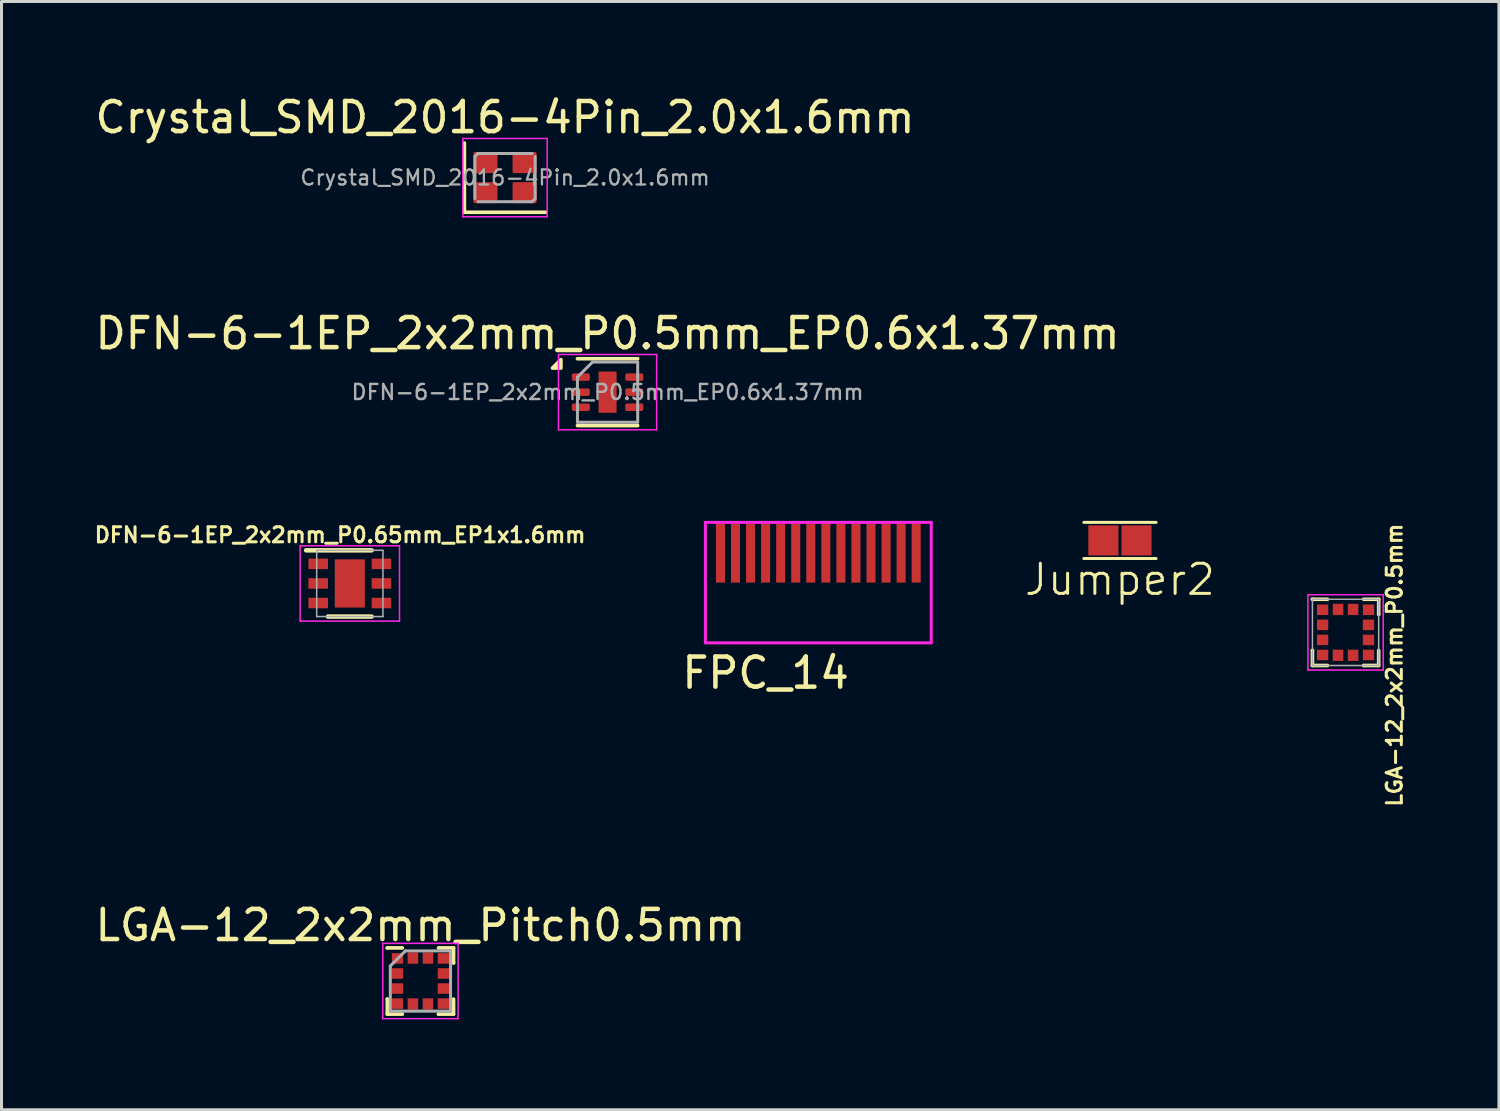
<source format=kicad_pcb>
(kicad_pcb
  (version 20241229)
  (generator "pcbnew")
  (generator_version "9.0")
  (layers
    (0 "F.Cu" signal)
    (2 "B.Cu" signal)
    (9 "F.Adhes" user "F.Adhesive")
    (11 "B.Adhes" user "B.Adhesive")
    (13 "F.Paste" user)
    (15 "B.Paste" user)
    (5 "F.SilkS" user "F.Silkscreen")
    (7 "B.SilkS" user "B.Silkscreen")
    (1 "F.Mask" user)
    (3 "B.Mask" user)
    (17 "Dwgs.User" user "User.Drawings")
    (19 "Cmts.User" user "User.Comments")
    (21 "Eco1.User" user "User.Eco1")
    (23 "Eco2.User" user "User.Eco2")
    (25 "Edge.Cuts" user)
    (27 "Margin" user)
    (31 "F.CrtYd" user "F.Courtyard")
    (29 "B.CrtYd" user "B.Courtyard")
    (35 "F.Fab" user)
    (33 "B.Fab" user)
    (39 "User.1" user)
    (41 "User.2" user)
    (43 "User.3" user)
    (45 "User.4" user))
  (footprint "Jumper2"
    (layer "F.Cu")
    (at 34.139 14.896)
    (property "Reference" "Jumper2" (at 0 1.3 0) (layer "F.SilkS") (effects (font (size 1 1) (thickness 0.1))))
    (attr through_hole)
    (fp_line (start -1.2 -0.6) (end 1.2 -0.6) (stroke (width 0.1) (type solid)) (layer "F.SilkS"))
    (fp_line (start -1.2 0.6) (end 1.2 0.6) (stroke (width 0.1) (type solid)) (layer "F.SilkS"))
    (pad "1" smd rect (at -0.55 0) (size 1 1) (layers "F.Cu" "F.Mask" "F.Paste"))
    (pad "2" smd rect (at 0.55 0) (size 1 1) (layers "F.Cu" "F.Mask" "F.Paste")))
  (footprint "LGA-12_2x2mm_Pitch0.5mm"
    (layer "F.Cu")
    (at 10.911 29.526)
    (property "Reference" "LGA-12_2x2mm_Pitch0.5mm" (at 0 -1.85 0) (layer "F.SilkS") (effects (font (size 1 1) (thickness 0.15))))
    (attr smd)
    (fp_line (start -1.1 -1.1) (end -1.1 -1.1) (stroke (width 0.12) (type solid)) (layer "F.SilkS"))
    (fp_line (start -1.1 0.6) (end -1.1 0.6) (stroke (width 0.12) (type solid)) (layer "F.SilkS"))
    (fp_line (start -1.1 1.1) (end -1.1 0.6) (stroke (width 0.12) (type solid)) (layer "F.SilkS"))
    (fp_line (start -0.6 -1.1) (end -1.1 -1.1) (stroke (width 0.12) (type solid)) (layer "F.SilkS"))
    (fp_line (start -0.6 1.1) (end -1.1 1.1) (stroke (width 0.12) (type solid)) (layer "F.SilkS"))
    (fp_line (start 0.6 -1.1) (end 1.1 -1.1) (stroke (width 0.12) (type solid)) (layer "F.SilkS"))
    (fp_line (start 0.6 1.1) (end 0.6 1.1) (stroke (width 0.12) (type solid)) (layer "F.SilkS"))
    (fp_line (start 1.1 -1.1) (end 1.1 -0.6) (stroke (width 0.12) (type solid)) (layer "F.SilkS"))
    (fp_line (start 1.1 -0.6) (end 1.1 -0.6) (stroke (width 0.12) (type solid)) (layer "F.SilkS"))
    (fp_line (start 1.1 0.6) (end 1.1 1.1) (stroke (width 0.12) (type solid)) (layer "F.SilkS"))
    (fp_line (start 1.1 1.1) (end 0.6 1.1) (stroke (width 0.12) (type solid)) (layer "F.SilkS"))
    (fp_line (start -1.25 -1.25) (end 1.25 -1.25) (stroke (width 0.05) (type solid)) (layer "F.CrtYd"))
    (fp_line (start -1.25 1.25) (end -1.25 -1.25) (stroke (width 0.05) (type solid)) (layer "F.CrtYd"))
    (fp_line (start 1.25 -1.25) (end 1.25 1.25) (stroke (width 0.05) (type solid)) (layer "F.CrtYd"))
    (fp_line (start 1.25 1.25) (end -1.25 1.25) (stroke (width 0.05) (type solid)) (layer "F.CrtYd"))
    (fp_line (start -1 -0.5) (end -0.5 -1) (stroke (width 0.1) (type solid)) (layer "F.Fab"))
    (fp_line (start -1 1) (end -1 -0.5) (stroke (width 0.1) (type solid)) (layer "F.Fab"))
    (fp_line (start -0.5 -1) (end 1 -1) (stroke (width 0.1) (type solid)) (layer "F.Fab"))
    (fp_line (start 1 -1) (end 1 1) (stroke (width 0.1) (type solid)) (layer "F.Fab"))
    (fp_line (start 1 1) (end -1 1) (stroke (width 0.1) (type solid)) (layer "F.Fab"))
    (pad "1" smd rect (at -0.762 -0.75) (size 0.375 0.35) (layers "F.Cu" "F.Mask" "F.Paste"))
    (pad "2" smd rect (at -0.762 -0.25) (size 0.375 0.35) (layers "F.Cu" "F.Mask" "F.Paste"))
    (pad "3" smd rect (at -0.762 0.25) (size 0.375 0.35) (layers "F.Cu" "F.Mask" "F.Paste"))
    (pad "4" smd rect (at -0.762 0.75) (size 0.375 0.35) (layers "F.Cu" "F.Mask" "F.Paste"))
    (pad "5" smd rect (at -0.25 0.762 90) (size 0.375 0.35) (layers "F.Cu" "F.Mask" "F.Paste"))
    (pad "6" smd rect (at 0.25 0.762 90) (size 0.375 0.35) (layers "F.Cu" "F.Mask" "F.Paste"))
    (pad "7" smd rect (at 0.762 0.75) (size 0.375 0.35) (layers "F.Cu" "F.Mask" "F.Paste"))
    (pad "8" smd rect (at 0.762 0.25) (size 0.375 0.35) (layers "F.Cu" "F.Mask" "F.Paste"))
    (pad "9" smd rect (at 0.762 -0.25) (size 0.375 0.35) (layers "F.Cu" "F.Mask" "F.Paste"))
    (pad "10" smd rect (at 0.762 -0.75) (size 0.375 0.35) (layers "F.Cu" "F.Mask" "F.Paste"))
    (pad "11" smd rect (at 0.25 -0.762 90) (size 0.375 0.35) (layers "F.Cu" "F.Mask" "F.Paste"))
    (pad "12" smd rect (at -0.25 -0.762 90) (size 0.375 0.35) (layers "F.Cu" "F.Mask" "F.Paste")))
  (footprint "DFN-6-1EP_2x2mm_P0.65mm_EP1x1.6mm"
    (layer "F.Cu")
    (at 8.566 16.324)
    (property "Reference" "DFN-6-1EP_2x2mm_P0.65mm_EP1x1.6mm" (at -0.323 -1.609 0) (layer "F.SilkS") (effects (font (size 0.5 0.5) (thickness 0.1))))
    (attr smd)
    (fp_line (start -1.45 -1.1) (end 0.725 -1.1) (stroke (width 0.15) (type solid)) (layer "F.SilkS"))
    (fp_line (start -0.725 1.1) (end 0.725 1.1) (stroke (width 0.15) (type solid)) (layer "F.SilkS"))
    (fp_line (start -1.65 -1.25) (end -1.65 1.25) (stroke (width 0.05) (type solid)) (layer "F.CrtYd"))
    (fp_line (start -1.65 -1.25) (end 1.65 -1.25) (stroke (width 0.05) (type solid)) (layer "F.CrtYd"))
    (fp_line (start -1.65 1.25) (end 1.65 1.25) (stroke (width 0.05) (type solid)) (layer "F.CrtYd"))
    (fp_line (start 1.65 -1.25) (end 1.65 1.25) (stroke (width 0.05) (type solid)) (layer "F.CrtYd"))
    (fp_line (start -1.1 -1.1) (end -1.1 1.1) (stroke (width 0.05) (type solid)) (layer "F.Fab"))
    (fp_line (start -1.1 1.1) (end 1.1 1.1) (stroke (width 0.05) (type solid)) (layer "F.Fab"))
    (fp_line (start 1.1 -1.1) (end -1.1 -1.1) (stroke (width 0.05) (type solid)) (layer "F.Fab"))
    (fp_line (start 1.1 1.1) (end 1.1 -1.1) (stroke (width 0.05) (type solid)) (layer "F.Fab"))
    (pad "" smd rect (at 0 -0.4) (size 0.82 0.63) (layers "F.Paste"))
    (pad "" smd rect (at 0 0.4) (size 0.82 0.63) (layers "F.Paste"))
    (pad "1" smd rect (at -1.05 -0.65) (size 0.65 0.35) (layers "F.Cu" "F.Mask" "F.Paste"))
    (pad "2" smd rect (at -1.05 0) (size 0.65 0.35) (layers "F.Cu" "F.Mask" "F.Paste"))
    (pad "3" smd rect (at -1.05 0.65) (size 0.65 0.35) (layers "F.Cu" "F.Mask" "F.Paste"))
    (pad "4" smd rect (at 1.05 0.65) (size 0.65 0.35) (layers "F.Cu" "F.Mask" "F.Paste"))
    (pad "5" smd rect (at 1.05 0) (size 0.65 0.35) (layers "F.Cu" "F.Mask" "F.Paste"))
    (pad "6" smd rect (at 1.05 -0.65) (size 0.65 0.35) (layers "F.Cu" "F.Mask" "F.Paste"))
    (pad "7" smd rect (at 0 0) (size 1 1.6) (layers "F.Cu" "F.Mask")))
  (footprint "FPC_14"
    (layer "F.Cu")
    (at 20.873 15.296)
    (property "Reference" "FPC_14" (at 1.5 4 0) (layer "F.SilkS") (effects (font (size 1 1) (thickness 0.15))))
    (attr through_hole)
    (fp_line (start -0.5 -1) (end 7 -1) (stroke (width 0.1) (type solid)) (layer "F.CrtYd"))
    (fp_line (start -0.5 3) (end -0.5 -1) (stroke (width 0.1) (type solid)) (layer "F.CrtYd"))
    (fp_line (start 7 -1) (end 7 3) (stroke (width 0.1) (type solid)) (layer "F.CrtYd"))
    (fp_line (start 7 3) (end -0.5 3) (stroke (width 0.1) (type solid)) (layer "F.CrtYd"))
    (pad "1" smd rect (at 0 0) (size 0.3 2) (layers "F.Cu" "F.Mask"))
    (pad "2" smd rect (at 0.5 0) (size 0.3 2) (layers "F.Cu" "F.Mask"))
    (pad "3" smd rect (at 1 0) (size 0.3 2) (layers "F.Cu" "F.Mask"))
    (pad "4" smd rect (at 1.5 0) (size 0.3 2) (layers "F.Cu" "F.Mask"))
    (pad "5" smd rect (at 2 0) (size 0.3 2) (layers "F.Cu" "F.Mask"))
    (pad "6" smd rect (at 2.5 0) (size 0.3 2) (layers "F.Cu" "F.Mask"))
    (pad "7" smd rect (at 3 0) (size 0.3 2) (layers "F.Cu" "F.Mask"))
    (pad "8" smd rect (at 3.5 0) (size 0.3 2) (layers "F.Cu" "F.Mask"))
    (pad "9" smd rect (at 4 0) (size 0.3 2) (layers "F.Cu" "F.Mask"))
    (pad "10" smd rect (at 4.5 0) (size 0.3 2) (layers "F.Cu" "F.Mask"))
    (pad "11" smd rect (at 5 0) (size 0.3 2) (layers "F.Cu" "F.Mask"))
    (pad "12" smd rect (at 5.5 0) (size 0.3 2) (layers "F.Cu" "F.Mask"))
    (pad "13" smd rect (at 6 0) (size 0.3 2) (layers "F.Cu" "F.Mask"))
    (pad "14" smd rect (at 6.5 0) (size 0.3 2) (layers "F.Cu" "F.Mask")))
  (footprint "Crystal_SMD_2016-4Pin_2.0x1.6mm"
    (layer "F.Cu")
    (at 13.72 2.848)
    (property "Reference" "Crystal_SMD_2016-4Pin_2.0x1.6mm" (at 0 -2 180) (layer "F.SilkS") (effects (font (size 1 1) (thickness 0.15))))
    (attr smd)
    (fp_line (start -1.35 -1.15) (end -1.35 1.15) (stroke (width 0.12) (type solid)) (layer "F.SilkS"))
    (fp_line (start -1.35 1.15) (end 1.35 1.15) (stroke (width 0.12) (type solid)) (layer "F.SilkS"))
    (fp_line (start -1.4 -1.3) (end -1.4 1.3) (stroke (width 0.05) (type solid)) (layer "F.CrtYd"))
    (fp_line (start -1.4 1.3) (end 1.4 1.3) (stroke (width 0.05) (type solid)) (layer "F.CrtYd"))
    (fp_line (start 1.4 -1.3) (end -1.4 -1.3) (stroke (width 0.05) (type solid)) (layer "F.CrtYd"))
    (fp_line (start 1.4 1.3) (end 1.4 -1.3) (stroke (width 0.05) (type solid)) (layer "F.CrtYd"))
    (fp_line (start -1 -0.7) (end -0.9 -0.8) (stroke (width 0.1) (type solid)) (layer "F.Fab"))
    (fp_line (start -1 0.7) (end -1 -0.7) (stroke (width 0.1) (type solid)) (layer "F.Fab"))
    (fp_line (start -0.9 -0.8) (end 0.9 -0.8) (stroke (width 0.1) (type solid)) (layer "F.Fab"))
    (fp_line (start 0.9 0.8) (end -0.9 0.8) (stroke (width 0.1) (type solid)) (layer "F.Fab"))
    (fp_line (start 1 -0.7) (end 1 0.7) (stroke (width 0.1) (type solid)) (layer "F.Fab"))
    (fp_line (start 1 0.7) (end 0.9 0.8) (stroke (width 0.1) (type solid)) (layer "F.Fab"))
    (fp_text user "${REFERENCE}" (at 0 0 180) (layer "F.Fab") (effects (font (size 0.5 0.5) (thickness 0.075))))
    (pad "1" smd roundrect (at -0.65 0.5) (size 0.8 0.7) (layers "F.Cu" "F.Mask" "F.Paste") (roundrect_rratio 0.075))
    (pad "2" smd roundrect (at 0.65 0.5) (size 0.8 0.7) (layers "F.Cu" "F.Mask" "F.Paste") (roundrect_rratio 0.075))
    (pad "3" smd roundrect (at 0.65 -0.5) (size 0.8 0.7) (layers "F.Cu" "F.Mask" "F.Paste") (roundrect_rratio 0.075))
    (pad "4" smd roundrect (at -0.65 -0.5) (size 0.8 0.7) (layers "F.Cu" "F.Mask" "F.Paste") (roundrect_rratio 0.075)))
  (footprint "LGA-12_2x2mm_P0.5mm"
    (layer "F.Cu")
    (at 41.631 17.949)
    (property "Reference" "LGA-12_2x2mm_P0.5mm" (at 1.625 1.087 270) (layer "F.SilkS") (effects (font (size 0.5 0.5) (thickness 0.1))))
    (attr smd)
    (fp_line (start -1.1 -1.1) (end -1.1 -1.1) (stroke (width 0.12) (type solid)) (layer "F.SilkS"))
    (fp_line (start -1.1 0.6) (end -1.1 0.6) (stroke (width 0.12) (type solid)) (layer "F.SilkS"))
    (fp_line (start -1.1 1.1) (end -1.1 0.6) (stroke (width 0.12) (type solid)) (layer "F.SilkS"))
    (fp_line (start -0.6 -1.1) (end -1.1 -1.1) (stroke (width 0.12) (type solid)) (layer "F.SilkS"))
    (fp_line (start -0.6 1.1) (end -1.1 1.1) (stroke (width 0.12) (type solid)) (layer "F.SilkS"))
    (fp_line (start 0.6 -1.1) (end 1.1 -1.1) (stroke (width 0.12) (type solid)) (layer "F.SilkS"))
    (fp_line (start 0.6 1.1) (end 0.6 1.1) (stroke (width 0.12) (type solid)) (layer "F.SilkS"))
    (fp_line (start 1.1 -1.1) (end 1.1 -0.6) (stroke (width 0.12) (type solid)) (layer "F.SilkS"))
    (fp_line (start 1.1 -0.6) (end 1.1 -0.6) (stroke (width 0.12) (type solid)) (layer "F.SilkS"))
    (fp_line (start 1.1 0.6) (end 1.1 1.1) (stroke (width 0.12) (type solid)) (layer "F.SilkS"))
    (fp_line (start 1.1 1.1) (end 0.6 1.1) (stroke (width 0.12) (type solid)) (layer "F.SilkS"))
    (fp_line (start -1.25 -1.25) (end 1.25 -1.25) (stroke (width 0.05) (type solid)) (layer "F.CrtYd"))
    (fp_line (start -1.25 1.25) (end -1.25 -1.25) (stroke (width 0.05) (type solid)) (layer "F.CrtYd"))
    (fp_line (start 1.25 -1.25) (end 1.25 1.25) (stroke (width 0.05) (type solid)) (layer "F.CrtYd"))
    (fp_line (start 1.25 1.25) (end -1.25 1.25) (stroke (width 0.05) (type solid)) (layer "F.CrtYd"))
    (fp_line (start -1.1 -1.1) (end -1.1 1.1) (stroke (width 0.05) (type solid)) (layer "F.Fab"))
    (fp_line (start -1.1 1.1) (end 1.1 1.1) (stroke (width 0.05) (type solid)) (layer "F.Fab"))
    (fp_line (start 1.1 -1.1) (end -1.1 -1.1) (stroke (width 0.05) (type solid)) (layer "F.Fab"))
    (fp_line (start 1.1 1.1) (end 1.1 -1.1) (stroke (width 0.05) (type solid)) (layer "F.Fab"))
    (pad "1" smd rect (at -0.762 -0.75) (size 0.375 0.35) (layers "F.Cu" "F.Mask" "F.Paste"))
    (pad "2" smd rect (at -0.762 -0.25) (size 0.375 0.35) (layers "F.Cu" "F.Mask" "F.Paste"))
    (pad "3" smd rect (at -0.762 0.25) (size 0.375 0.35) (layers "F.Cu" "F.Mask" "F.Paste"))
    (pad "4" smd rect (at -0.762 0.75) (size 0.375 0.35) (layers "F.Cu" "F.Mask" "F.Paste"))
    (pad "5" smd rect (at -0.25 0.762 90) (size 0.375 0.35) (layers "F.Cu" "F.Mask" "F.Paste"))
    (pad "6" smd rect (at 0.25 0.762 90) (size 0.375 0.35) (layers "F.Cu" "F.Mask" "F.Paste"))
    (pad "7" smd rect (at 0.762 0.75) (size 0.375 0.35) (layers "F.Cu" "F.Mask" "F.Paste"))
    (pad "8" smd rect (at 0.762 0.25) (size 0.375 0.35) (layers "F.Cu" "F.Mask" "F.Paste"))
    (pad "9" smd rect (at 0.762 -0.25) (size 0.375 0.35) (layers "F.Cu" "F.Mask" "F.Paste"))
    (pad "10" smd rect (at 0.762 -0.75) (size 0.375 0.35) (layers "F.Cu" "F.Mask" "F.Paste"))
    (pad "11" smd rect (at 0.25 -0.762 90) (size 0.375 0.35) (layers "F.Cu" "F.Mask" "F.Paste"))
    (pad "12" smd rect (at -0.25 -0.762 90) (size 0.375 0.35) (layers "F.Cu" "F.Mask" "F.Paste")))
  (footprint "DFN-6-1EP_2x2mm_P0.5mm_EP0.6x1.37mm"
    (layer "F.Cu")
    (at 17.125 9.972)
    (property "Reference" "DFN-6-1EP_2x2mm_P0.5mm_EP0.6x1.37mm" (at 0 -1.95 0) (layer "F.SilkS") (effects (font (size 1 1) (thickness 0.15))))
    (attr smd)
    (fp_line (start -1 -1.11) (end 1 -1.11) (stroke (width 0.12) (type solid)) (layer "F.SilkS"))
    (fp_line (start -1 1.11) (end 1 1.11) (stroke (width 0.12) (type solid)) (layer "F.SilkS"))
    (fp_poly (pts (xy -1.55 -0.8) (xy -1.83 -0.8) (xy -1.55 -1.08) (xy -1.55 -0.8)) (stroke (width 0.12) (type solid)) (fill yes) (layer "F.SilkS"))
    (fp_line (start -1.63 -1.25) (end -1.63 1.25) (stroke (width 0.05) (type solid)) (layer "F.CrtYd"))
    (fp_line (start -1.63 1.25) (end 1.63 1.25) (stroke (width 0.05) (type solid)) (layer "F.CrtYd"))
    (fp_line (start 1.63 -1.25) (end -1.63 -1.25) (stroke (width 0.05) (type solid)) (layer "F.CrtYd"))
    (fp_line (start 1.63 1.25) (end 1.63 -1.25) (stroke (width 0.05) (type solid)) (layer "F.CrtYd"))
    (fp_line (start -1 -0.5) (end -0.5 -1) (stroke (width 0.1) (type solid)) (layer "F.Fab"))
    (fp_line (start -1 1) (end -1 -0.5) (stroke (width 0.1) (type solid)) (layer "F.Fab"))
    (fp_line (start -0.5 -1) (end 1 -1) (stroke (width 0.1) (type solid)) (layer "F.Fab"))
    (fp_line (start 1 -1) (end 1 1) (stroke (width 0.1) (type solid)) (layer "F.Fab"))
    (fp_line (start 1 1) (end -1 1) (stroke (width 0.1) (type solid)) (layer "F.Fab"))
    (fp_text user "${REFERENCE}" (at 0 0 0) (layer "F.Fab") (effects (font (size 0.5 0.5) (thickness 0.08))))
    (pad "" smd roundrect (at 0 -0.34) (size 0.48 0.55) (layers "F.Paste") (roundrect_rratio 0.25))
    (pad "" smd roundrect (at 0 0.34) (size 0.48 0.55) (layers "F.Paste") (roundrect_rratio 0.25))
    (pad "1" smd roundrect (at -0.938 -0.5) (size 0.6 0.25) (drill (offset 0.05 0)) (layers "F.Cu" "F.Mask" "F.Paste") (roundrect_rratio 0.25))
    (pad "2" smd roundrect (at -0.938 0) (size 0.6 0.25) (drill (offset 0.05 0)) (layers "F.Cu" "F.Mask" "F.Paste") (roundrect_rratio 0.25))
    (pad "3" smd roundrect (at -0.938 0.5) (size 0.6 0.25) (drill (offset 0.05 0)) (layers "F.Cu" "F.Mask" "F.Paste") (roundrect_rratio 0.25))
    (pad "4" smd roundrect (at 0.938 0.5) (size 0.6 0.25) (drill (offset -0.05 0)) (layers "F.Cu" "F.Mask" "F.Paste") (roundrect_rratio 0.25))
    (pad "5" smd roundrect (at 0.938 0) (size 0.6 0.25) (drill (offset -0.05 0)) (layers "F.Cu" "F.Mask" "F.Paste") (roundrect_rratio 0.25))
    (pad "6" smd roundrect (at 0.938 -0.5) (size 0.6 0.25) (drill (offset -0.05 0)) (layers "F.Cu" "F.Mask" "F.Paste") (roundrect_rratio 0.25))
    (pad "7" smd rect (at 0 0) (size 0.6 1.37) (property pad_prop_heatsink) (layers "F.Cu" "F.Mask")))
  (gr_rect
    (start -3 -3)
    (end 46.724 33.801)
    (stroke (width 0.1) (type default))
    (fill no)
    (layer "Edge.Cuts")))
</source>
